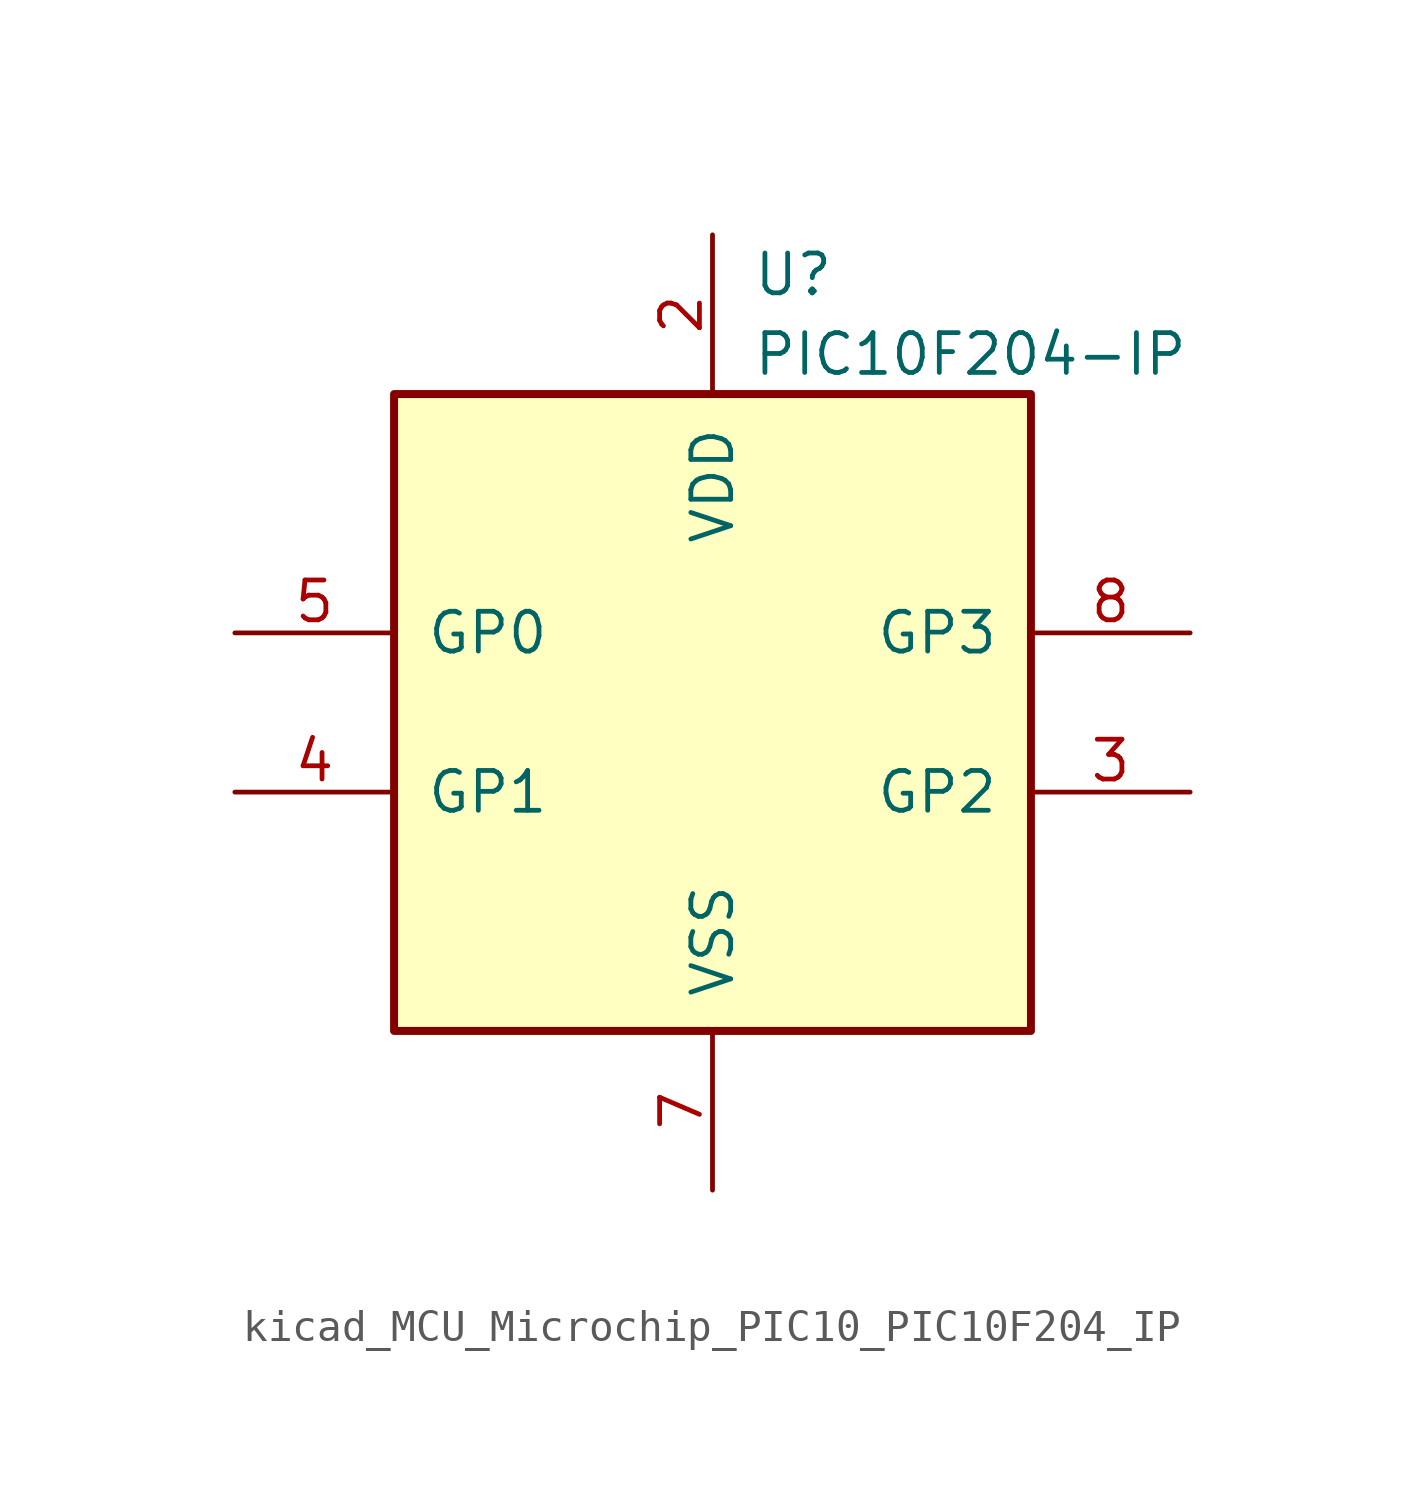
<source format=kicad_sym>
(kicad_symbol_lib
  (version 20220914)
  (generator kicad_symbol_editor)
  (symbol "kicad_MCU_Microchip_PIC10_PIC10F204_IP"
    (pin_names
      (offset 1.016))
    (property "Reference" "U"
      (at 1.27 13.97 0)
      (effects (font (size 1.27 1.27)) (justify left)))
    (property "Value" "PIC10F204-IP"
      (at 1.27 11.43 0)
      (effects (font (size 1.27 1.27)) (justify left)))
    (symbol "kicad_MCU_Microchip_PIC10_PIC10F204_IP_0_1"
      (rectangle (start -10.16 10.16) (end 10.16 -10.16) (stroke (width 0.254) (type default)) (fill (type background))))
    (symbol "kicad_MCU_Microchip_PIC10_PIC10F204_IP_1_1"
      (pin power_in line (at 0 15.24 270) (length 5.08) (name "VDD" (effects (font (size 1.27 1.27)))) (number "2" (effects (font (size 1.27 1.27)))))
      (pin bidirectional line (at 15.24 -2.54 180) (length 5.08) (name "GP2" (effects (font (size 1.27 1.27)))) (number "3" (effects (font (size 1.27 1.27)))))
      (pin bidirectional line (at -15.24 -2.54 0) (length 5.08) (name "GP1" (effects (font (size 1.27 1.27)))) (number "4" (effects (font (size 1.27 1.27)))))
      (pin bidirectional line (at -15.24 2.54 0) (length 5.08) (name "GP0" (effects (font (size 1.27 1.27)))) (number "5" (effects (font (size 1.27 1.27)))))
      (pin power_in line (at 0 -15.24 90) (length 5.08) (name "VSS" (effects (font (size 1.27 1.27)))) (number "7" (effects (font (size 1.27 1.27)))))
      (pin input line (at 15.24 2.54 180) (length 5.08) (name "GP3" (effects (font (size 1.27 1.27)))) (number "8" (effects (font (size 1.27 1.27))))))))
</source>
